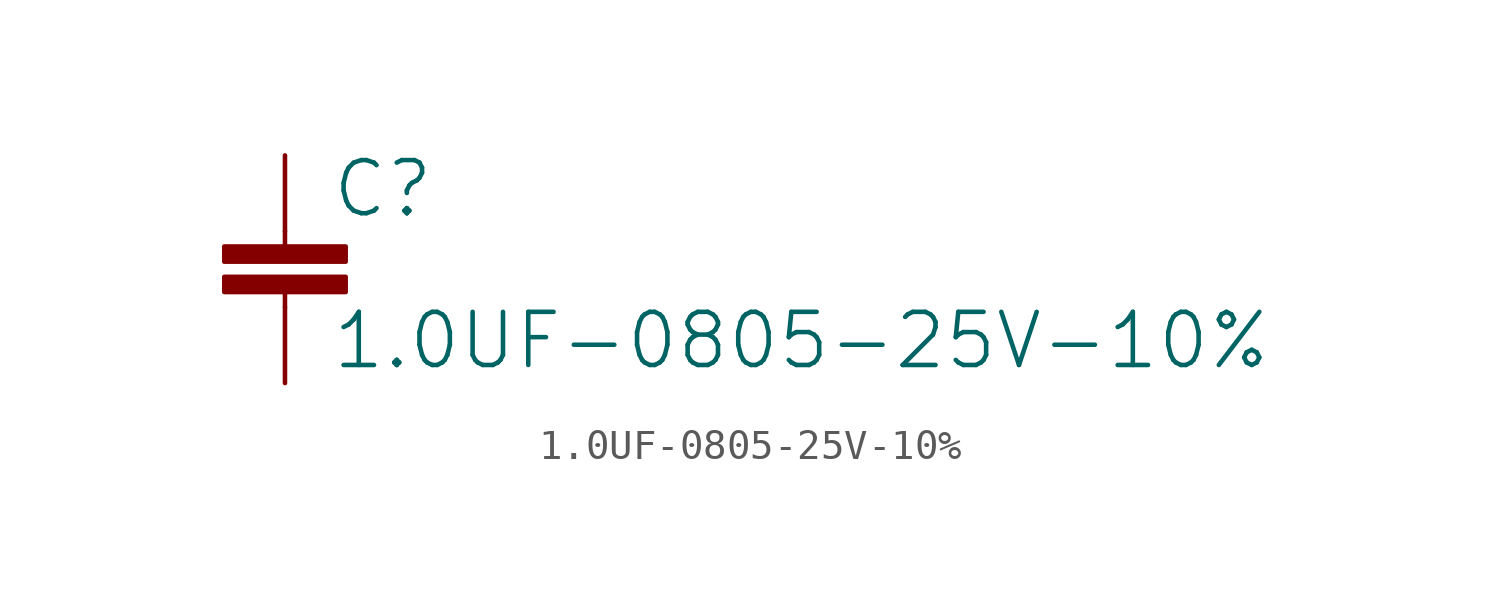
<source format=kicad_sym>
(kicad_symbol_lib
  (version 20211014)
  (generator kicad_symbol_editor)
  (symbol "1.0UF-0805-25V-10%"
    (property "Reference" "C"
      (at 1.524 2.921 0)
      (effects (font (size 1.778 1.778)) (justify left bottom)))
    (property "Value" "1.0UF-0805-25V-10%"
      (at 1.524 -2.159 0)
      (effects (font (size 1.778 1.778)) (justify left bottom)))
    (property "ki_locked" ""
      (at 0 0 0)
      (effects (font (size 1.27 1.27))))
    (symbol "1.0UF-0805-25V-10%_1_0"
      (rectangle (start -2.032 0.508) (end 2.032 1.016) (stroke (width 0) (type default) (color 0 0 0 0)) (fill (type outline)))
      (rectangle (start -2.032 1.524) (end 2.032 2.032) (stroke (width 0) (type default) (color 0 0 0 0)) (fill (type outline)))
      (polyline (pts (xy 0 0) (xy 0 0.508)) (stroke (width 0.152) (type default) (color 0 0 0 0)) (fill (type none)))
      (polyline (pts (xy 0 2.54) (xy 0 2.032)) (stroke (width 0.152) (type default) (color 0 0 0 0)) (fill (type none)))
      (pin passive line (at 0 5.08 270) (length 2.54) (name "1" (effects (font (size 0 0)))) (number "1" (effects (font (size 0 0)))))
      (pin passive line (at 0 -2.54 90) (length 2.54) (name "2" (effects (font (size 0 0)))) (number "2" (effects (font (size 0 0))))))))
</source>
